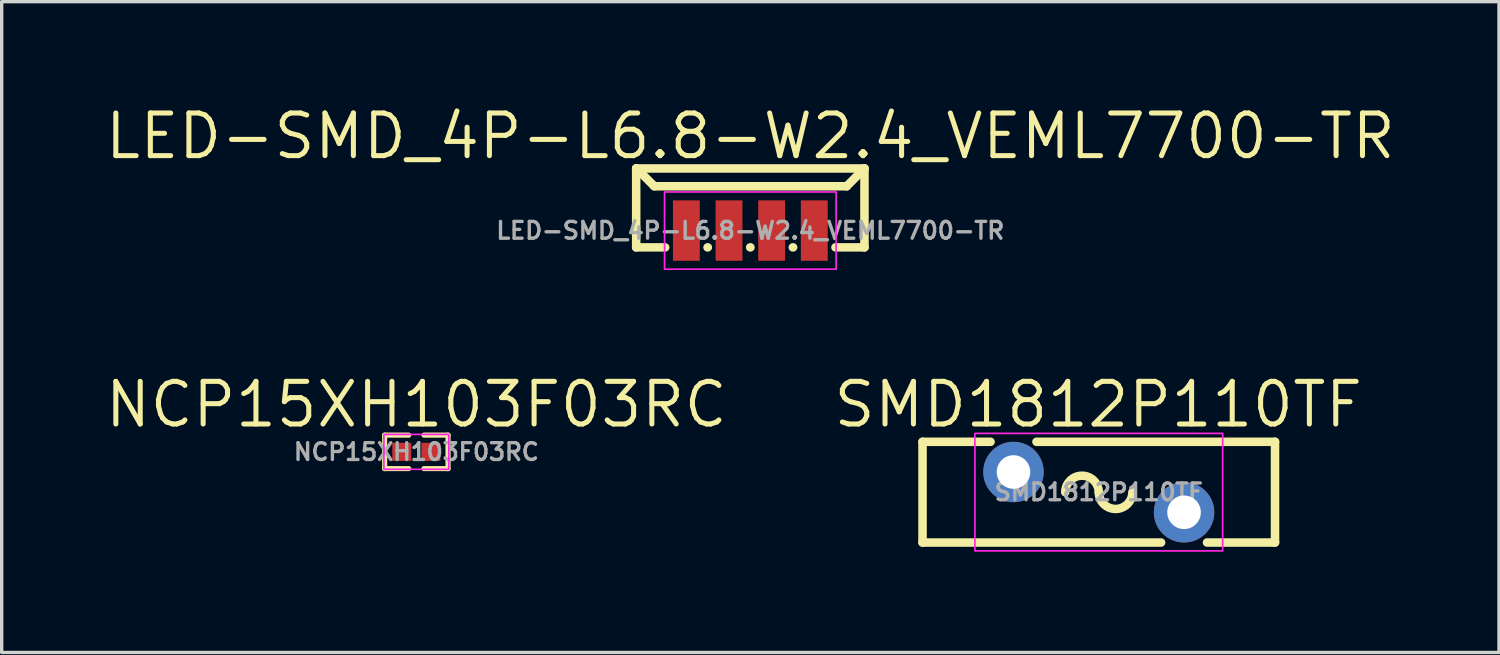
<source format=kicad_pcb>
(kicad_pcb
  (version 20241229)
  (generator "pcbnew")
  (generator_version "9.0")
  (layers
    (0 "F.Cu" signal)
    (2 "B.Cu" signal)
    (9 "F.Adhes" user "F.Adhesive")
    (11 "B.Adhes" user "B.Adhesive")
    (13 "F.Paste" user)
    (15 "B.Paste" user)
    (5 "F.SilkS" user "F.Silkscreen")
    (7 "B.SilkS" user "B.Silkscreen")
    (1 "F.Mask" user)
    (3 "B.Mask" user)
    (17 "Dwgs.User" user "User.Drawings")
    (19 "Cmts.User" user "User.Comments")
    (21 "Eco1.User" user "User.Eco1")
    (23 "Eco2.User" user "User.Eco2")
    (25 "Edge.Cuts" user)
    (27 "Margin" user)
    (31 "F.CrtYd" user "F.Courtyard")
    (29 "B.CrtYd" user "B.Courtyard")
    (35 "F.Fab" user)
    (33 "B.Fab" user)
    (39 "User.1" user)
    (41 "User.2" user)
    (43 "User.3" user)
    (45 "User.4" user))
  (footprint "LED-SMD_4P-L6.8-W2.4_VEML7700-TR"
    (layer "F.Cu")
    (at 19.299 3.818)
    (property "Reference" "LED-SMD_4P-L6.8-W2.4_VEML7700-TR" (at 0 -2.812 0) (layer "F.SilkS") (effects (font (size 1.27 1.27) (thickness 0.15))))
    (fp_line (start -3.4 -1.85) (end -3.39 -1.85) (stroke (width 0.254) (type default)) (layer "F.SilkS"))
    (fp_line (start -3.4 -1.85) (end 3.4 -1.85) (stroke (width 0.254) (type default)) (layer "F.SilkS"))
    (fp_line (start -3.4 0.5) (end -3.4 -1.85) (stroke (width 0.254) (type default)) (layer "F.SilkS"))
    (fp_line (start -3.39 -1.85) (end -2.86 -1.32) (stroke (width 0.254) (type default)) (layer "F.SilkS"))
    (fp_line (start -2.86 -1.32) (end 2.87 -1.32) (stroke (width 0.254) (type default)) (layer "F.SilkS"))
    (fp_line (start -2.536 0.5) (end -3.4 0.5) (stroke (width 0.254) (type default)) (layer "F.SilkS"))
    (fp_line (start -1.266 0.5) (end -1.274 0.5) (stroke (width 0.254) (type default)) (layer "F.SilkS"))
    (fp_line (start 0.004 0.5) (end -0.004 0.5) (stroke (width 0.254) (type default)) (layer "F.SilkS"))
    (fp_line (start 1.274 0.5) (end 1.266 0.5) (stroke (width 0.254) (type default)) (layer "F.SilkS"))
    (fp_line (start 2.87 -1.32) (end 3.4 -1.85) (stroke (width 0.254) (type default)) (layer "F.SilkS"))
    (fp_line (start 3.4 -1.85) (end 3.4 0.5) (stroke (width 0.254) (type default)) (layer "F.SilkS"))
    (fp_line (start 3.4 0.5) (end 2.536 0.5) (stroke (width 0.254) (type default)) (layer "F.SilkS"))
    (fp_rect (start -2.555 -1.15) (end 2.555 1.15) (stroke (width 0.05) (type default)) (fill no) (layer "F.CrtYd"))
    (fp_circle (center -3.4 0.5) (end -3.37 0.5) (stroke (width 0.06) (type default)) (fill no) (layer "User.5"))
    (fp_text user "${REFERENCE}" (at 0 0 0) (layer "F.Fab") (effects (font (size 0.5 0.5) (thickness 0.1))))
    (pad "1" smd rect (at 1.905 0) (size 0.8 1.8) (layers "F.Cu" "F.Mask" "F.Paste"))
    (pad "2" smd rect (at 0.635 0) (size 0.8 1.8) (layers "F.Cu" "F.Mask" "F.Paste"))
    (pad "3" smd rect (at -0.635 0) (size 0.8 1.8) (layers "F.Cu" "F.Mask" "F.Paste"))
    (pad "4" smd rect (at -1.905 0) (size 0.8 1.8) (layers "F.Cu" "F.Mask" "F.Paste"))
    (zone (net_name "") (layer "Dwgs.User") (hatch edge 0.5) (priority 100) (connect_pads yes) (min_thickness 0) (filled_areas_thickness no) (fill yes) (polygon (pts (arc (start 16.439192 2.6252) (mid 16.390591 2.615533) (end 16.349392 2.588)) (arc (start 15.843892 2.0826) (mid 15.791553 2.035723) (end 15.772192 1.9682)) (arc (start 15.772192 1.9682) (mid 15.809389 1.878397) (end 15.899192 1.8412)) (arc (start 15.909192 1.8412) (mid 15.957793 1.850867) (end 15.998992 1.8784)) (xy 16.492 2.371) (xy 22.117 2.371) (arc (start 22.609392 1.8784) (mid 22.650593 1.850871) (end 22.699192 1.8412)) (arc (start 22.699192 1.8412) (mid 22.788995 1.878397) (end 22.826192 1.9682)) (arc (start 22.826192 1.9682) (mid 22.816525 2.016801) (end 22.788992 2.058)) (arc (start 22.258992 2.588) (mid 22.217791 2.615529) (end 22.169192 2.6252)))) (filled_polygon (layer "Dwgs.User") (island) (pts (arc (start 16.439192 2.6252) (mid 16.390591 2.615533) (end 16.349392 2.588)) (arc (start 15.843892 2.0826) (mid 15.791553 2.035723) (end 15.772192 1.9682)) (arc (start 15.772192 1.9682) (mid 15.809389 1.878397) (end 15.899192 1.8412)) (arc (start 15.909192 1.8412) (mid 15.957793 1.850867) (end 15.998992 1.8784)) (xy 16.492 2.371) (xy 22.117 2.371) (arc (start 22.609392 1.8784) (mid 22.650593 1.850871) (end 22.699192 1.8412)) (arc (start 22.699192 1.8412) (mid 22.788995 1.878397) (end 22.826192 1.9682)) (arc (start 22.826192 1.9682) (mid 22.816525 2.016801) (end 22.788992 2.058)) (arc (start 22.258992 2.588) (mid 22.217791 2.615529) (end 22.169192 2.6252)))))
    (zone (net_name "") (layer "Dwgs.User") (hatch edge 0.5) (priority 100) (connect_pads yes) (min_thickness 0) (filled_areas_thickness no) (fill yes) (polygon (pts (arc (start 16.762992 4.1912) (mid 16.889992 4.3182) (end 16.762992 4.4452)) (arc (start 15.899192 4.4452) (mid 15.809389 4.408003) (end 15.772192 4.3182)) (arc (start 15.772192 1.9682) (mid 15.809389 1.878397) (end 15.899192 1.8412)) (arc (start 22.699192 1.8412) (mid 22.788995 1.878397) (end 22.826192 1.9682)) (arc (start 22.826192 4.3182) (mid 22.788995 4.408003) (end 22.699192 4.4452)) (arc (start 21.835292 4.4452) (mid 21.708292 4.3182) (end 21.835292 4.1912)) (xy 22.572 4.191) (xy 22.572 2.095) (xy 16.026 2.095) (xy 16.026 4.191))) (filled_polygon (layer "Dwgs.User") (island) (pts (arc (start 16.762992 4.1912) (mid 16.889992 4.3182) (end 16.762992 4.4452)) (arc (start 15.899192 4.4452) (mid 15.809389 4.408003) (end 15.772192 4.3182)) (arc (start 15.772192 1.9682) (mid 15.809389 1.878397) (end 15.899192 1.8412)) (arc (start 22.699192 1.8412) (mid 22.788995 1.878397) (end 22.826192 1.9682)) (arc (start 22.826192 4.3182) (mid 22.788995 4.408003) (end 22.699192 4.4452)) (arc (start 21.835292 4.4452) (mid 21.708292 4.3182) (end 21.835292 4.1912)) (xy 22.572 4.191) (xy 22.572 2.095) (xy 16.026 2.095) (xy 16.026 4.191))))
    (zone (net_name "") (layer "User.3") (hatch edge 0.5) (priority 100) (connect_pads yes) (min_thickness 0) (filled_areas_thickness no) (fill yes) (polygon (pts (xy 15.899 4.318) (xy 15.899 1.968) (xy 22.699 1.968) (xy 22.699 4.318))) (filled_polygon (layer "User.3") (island) (pts (xy 15.899 4.318) (xy 15.899 1.968) (xy 22.699 1.968) (xy 22.699 4.318))))
    (zone (net_name "") (layer "User.4") (hatch edge 0.5) (priority 100) (connect_pads yes) (min_thickness 0) (filled_areas_thickness no) (fill yes) (polygon (pts (xy 17.144 3.318) (xy 17.644 3.318) (xy 17.644 4.318) (xy 17.144 4.318))) (filled_polygon (layer "User.4") (island) (pts (xy 17.144 3.318) (xy 17.644 3.318) (xy 17.644 4.318) (xy 17.144 4.318))))
    (zone (net_name "") (layer "User.4") (hatch edge 0.5) (priority 100) (connect_pads yes) (min_thickness 0) (filled_areas_thickness no) (fill yes) (polygon (pts (xy 18.414 3.318) (xy 18.914 3.318) (xy 18.914 4.318) (xy 18.414 4.318))) (filled_polygon (layer "User.4") (island) (pts (xy 18.414 3.318) (xy 18.914 3.318) (xy 18.914 4.318) (xy 18.414 4.318))))
    (zone (net_name "") (layer "User.4") (hatch edge 0.5) (priority 100) (connect_pads yes) (min_thickness 0) (filled_areas_thickness no) (fill yes) (polygon (pts (xy 19.684 3.318) (xy 20.184 3.318) (xy 20.184 4.318) (xy 19.684 4.318))) (filled_polygon (layer "User.4") (island) (pts (xy 19.684 3.318) (xy 20.184 3.318) (xy 20.184 4.318) (xy 19.684 4.318))))
    (zone (net_name "") (layer "User.4") (hatch edge 0.5) (priority 100) (connect_pads yes) (min_thickness 0) (filled_areas_thickness no) (fill yes) (polygon (pts (xy 20.954 3.318) (xy 21.454 3.318) (xy 21.454 4.318) (xy 20.954 4.318))) (filled_polygon (layer "User.4") (island) (pts (xy 20.954 3.318) (xy 21.454 3.318) (xy 21.454 4.318) (xy 20.954 4.318)))))
  (footprint "SMD1812P110TF"
    (layer "F.Cu")
    (at 29.678 11.609)
    (property "Reference" "SMD1812P110TF" (at -0.017 -2.61 0) (layer "F.SilkS") (effects (font (size 1.27 1.27) (thickness 0.15))))
    (fp_line (start -5.25 -1.5) (end -3.224 -1.5) (stroke (width 0.254) (type default)) (layer "F.SilkS"))
    (fp_line (start -5.25 1.5) (end -5.25 -1.5) (stroke (width 0.254) (type default)) (layer "F.SilkS"))
    (fp_line (start -1.856 -1.5) (end 5.25 -1.5) (stroke (width 0.254) (type default)) (layer "F.SilkS"))
    (fp_line (start 1.857 1.5) (end -5.25 1.5) (stroke (width 0.254) (type default)) (layer "F.SilkS"))
    (fp_line (start 5.25 -1.5) (end 5.25 1.5) (stroke (width 0.254) (type default)) (layer "F.SilkS"))
    (fp_line (start 5.25 1.5) (end 3.223 1.5) (stroke (width 0.254) (type default)) (layer "F.SilkS"))
    (fp_arc (start -1 0) (mid -0.5 -0.488828) (end 0 0) (stroke (width 0.254) (type default)) (layer "F.SilkS"))
    (fp_arc (start 1.0008 0) (mid 0.5004 0.5004) (end 0 0) (stroke (width 0.254) (type default)) (layer "F.SilkS"))
    (fp_rect (start -3.69 -1.75) (end 3.69 1.75) (stroke (width 0.05) (type default)) (fill no) (layer "F.CrtYd"))
    (fp_circle (center -2.54 -0.6) (end -2.415 -0.6) (stroke (width 0.25) (type default)) (fill no) (layer "User.4"))
    (fp_circle (center 2.54 0.6) (end 2.665 0.6) (stroke (width 0.25) (type default)) (fill no) (layer "User.4"))
    (fp_circle (center -5.35 -1.5) (end -5.32 -1.5) (stroke (width 0.06) (type default)) (fill no) (layer "User.5"))
    (fp_text user "${REFERENCE}" (at 0 0 0) (layer "F.Fab") (effects (font (size 0.5 0.5) (thickness 0.1))))
    (pad "1" thru_hole oval (at -2.54 -0.6) (size 1.8 1.8) (drill 1) (layers "*.Cu" "*.Mask"))
    (pad "2" thru_hole oval (at 2.54 0.6) (size 1.8 1.8) (drill 1) (layers "*.Cu" "*.Mask"))
    (zone (net_name "") (layer "User.3") (hatch edge 0.5) (priority 100) (connect_pads yes) (min_thickness 0) (filled_areas_thickness no) (fill yes) (polygon (pts (xy 24.328 13.109) (xy 24.328 10.109) (xy 35.028 10.109) (xy 35.028 13.109))) (filled_polygon (layer "User.3") (island) (pts (xy 24.328 13.109) (xy 24.328 10.109) (xy 35.028 10.109) (xy 35.028 13.109)))))
  (footprint "NCP15XH103F03RC"
    (layer "F.Cu")
    (at 9.351 10.409)
    (property "Reference" "NCP15XH103F03RC" (at 0 -1.41 0) (layer "F.SilkS") (effects (font (size 1.27 1.27) (thickness 0.15))))
    (fp_line (start -0.944 -0.499) (end -0.226 -0.499) (stroke (width 0.152) (type default)) (layer "F.SilkS"))
    (fp_line (start -0.944 0.499) (end -0.944 -0.499) (stroke (width 0.152) (type default)) (layer "F.SilkS"))
    (fp_line (start -0.226 0.499) (end -0.944 0.499) (stroke (width 0.152) (type default)) (layer "F.SilkS"))
    (fp_line (start 0.226 0.499) (end 0.944 0.499) (stroke (width 0.152) (type default)) (layer "F.SilkS"))
    (fp_line (start 0.944 -0.499) (end 0.226 -0.499) (stroke (width 0.152) (type default)) (layer "F.SilkS"))
    (fp_line (start 0.944 0.499) (end 0.944 -0.499) (stroke (width 0.152) (type default)) (layer "F.SilkS"))
    (fp_rect (start -0.966 -0.52) (end 0.966 0.52) (stroke (width 0.05) (type default)) (fill no) (layer "F.CrtYd"))
    (fp_circle (center -0.5 0.25) (end -0.47 0.25) (stroke (width 0.06) (type default)) (fill no) (layer "User.5"))
    (fp_text user "${REFERENCE}" (at 0 0 0) (layer "F.Fab") (effects (font (size 0.5 0.5) (thickness 0.1))))
    (pad "1" smd rect (at -0.433 0) (size 0.566 0.54) (layers "F.Cu" "F.Mask" "F.Paste"))
    (pad "2" smd rect (at 0.433 0) (size 0.566 0.54) (layers "F.Cu" "F.Mask" "F.Paste"))
    (zone (net_name "") (layer "F.Paste") (hatch edge 0.5) (priority 100) (connect_pads yes) (min_thickness 0) (filled_areas_thickness no) (fill yes) (polygon (pts (xy 9.216 10.639) (xy 9.216 10.179) (xy 9.176 10.139) (xy 8.675 10.139) (xy 8.635 10.179) (xy 8.635 10.639) (xy 8.675 10.679) (xy 9.176 10.679))) (filled_polygon (layer "F.Paste") (island) (pts (xy 9.216 10.639) (xy 9.216 10.179) (xy 9.176 10.139) (xy 8.675 10.139) (xy 8.635 10.179) (xy 8.635 10.639) (xy 8.675 10.679) (xy 9.176 10.679))))
    (zone (net_name "") (layer "F.Paste") (hatch edge 0.5) (priority 100) (connect_pads yes) (min_thickness 0) (filled_areas_thickness no) (fill yes) (polygon (pts (xy 9.486 10.639) (xy 9.486 10.179) (xy 9.526 10.139) (xy 10.026 10.139) (xy 10.066 10.179) (xy 10.066 10.639) (xy 10.026 10.679) (xy 9.526 10.679))) (filled_polygon (layer "F.Paste") (island) (pts (xy 9.486 10.639) (xy 9.486 10.179) (xy 9.526 10.139) (xy 10.026 10.139) (xy 10.066 10.179) (xy 10.066 10.639) (xy 10.026 10.679) (xy 9.526 10.679))))
    (zone (net_name "") (layer "User.3") (hatch edge 0.5) (priority 100) (connect_pads yes) (min_thickness 0) (filled_areas_thickness no) (fill yes) (polygon (pts (xy 8.851 10.659) (xy 8.851 10.159) (xy 9.851 10.159) (xy 9.851 10.659))) (filled_polygon (layer "User.3") (island) (pts (xy 8.851 10.659) (xy 8.851 10.159) (xy 9.851 10.159) (xy 9.851 10.659))))
    (zone (net_name "") (layer "User.4") (hatch edge 0.5) (priority 100) (connect_pads yes) (min_thickness 0) (filled_areas_thickness no) (fill yes) (polygon (pts (xy 9.102 10.159) (xy 9.102 10.659) (xy 8.852 10.659) (xy 8.852 10.159))) (filled_polygon (layer "User.4") (island) (pts (xy 9.102 10.159) (xy 9.102 10.659) (xy 8.852 10.659) (xy 8.852 10.159))))
    (zone (net_name "") (layer "User.4") (hatch edge 0.5) (priority 100) (connect_pads yes) (min_thickness 0) (filled_areas_thickness no) (fill yes) (polygon (pts (xy 9.602 10.659) (xy 9.602 10.159) (xy 9.852 10.159) (xy 9.852 10.659))) (filled_polygon (layer "User.4") (island) (pts (xy 9.602 10.659) (xy 9.602 10.159) (xy 9.852 10.159) (xy 9.852 10.659)))))
  (gr_rect
    (start -3 -3)
    (end 41.598 16.384)
    (stroke (width 0.1) (type default))
    (fill no)
    (layer "Edge.Cuts")))
</source>
